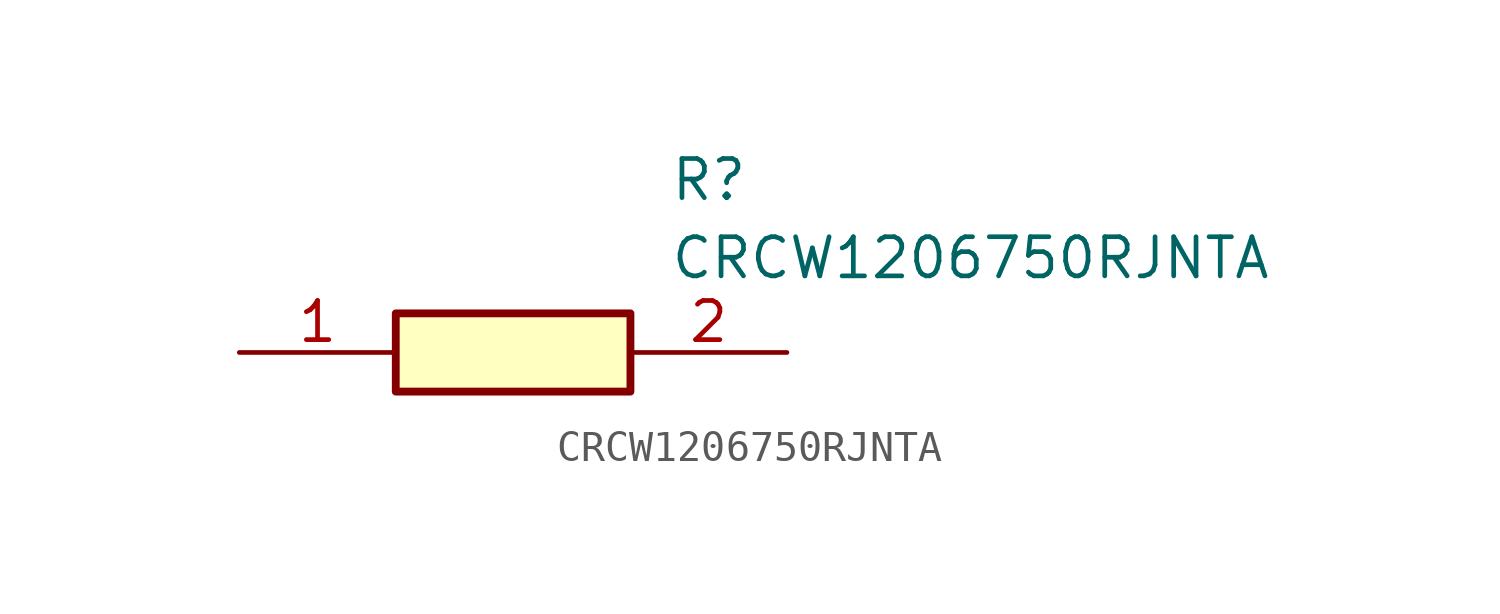
<source format=kicad_sym>
(kicad_symbol_lib
  (version 20211014)
  (generator SamacSys_ECAD_Model)
  (symbol "CRCW1206750RJNTA"
    (pin_names hide)
    (property "Reference" "R"
      (at 13.97 6.35 0)
      (effects (font (size 1.27 1.27)) (justify left top)))
    (property "Value" "CRCW1206750RJNTA"
      (at 13.97 3.81 0)
      (effects (font (size 1.27 1.27)) (justify left top)))
    (rectangle
      (start 5.08 1.27)
      (end 12.7 -1.27)
      (stroke (width 0.254) (type default))
      (fill (type background)))
    (pin passive line
      (at 0 0 0)
      (length 5.08)
      (name "1" (effects (font (size 1.27 1.27))))
      (number "1" (effects (font (size 1.27 1.27)))))
    (pin passive line
      (at 17.78 0 180)
      (length 5.08)
      (name "2" (effects (font (size 1.27 1.27))))
      (number "2" (effects (font (size 1.27 1.27)))))))
</source>
